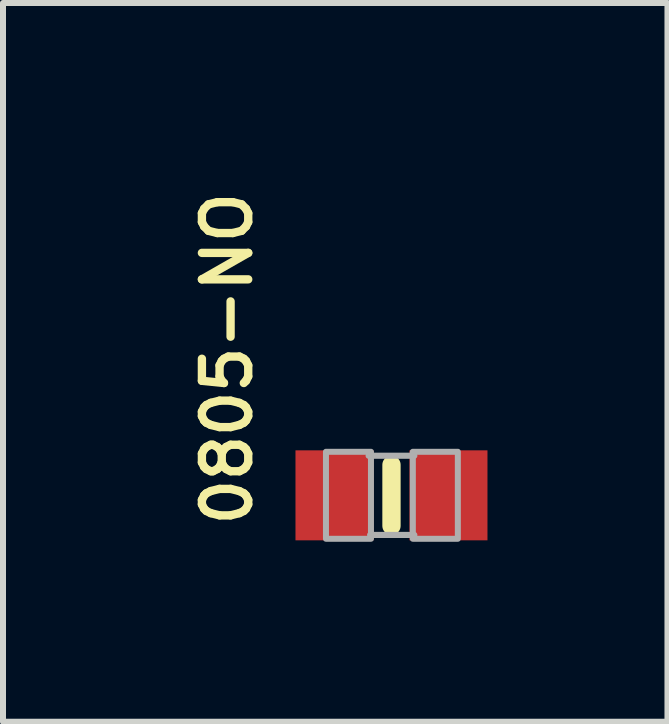
<source format=kicad_pcb>
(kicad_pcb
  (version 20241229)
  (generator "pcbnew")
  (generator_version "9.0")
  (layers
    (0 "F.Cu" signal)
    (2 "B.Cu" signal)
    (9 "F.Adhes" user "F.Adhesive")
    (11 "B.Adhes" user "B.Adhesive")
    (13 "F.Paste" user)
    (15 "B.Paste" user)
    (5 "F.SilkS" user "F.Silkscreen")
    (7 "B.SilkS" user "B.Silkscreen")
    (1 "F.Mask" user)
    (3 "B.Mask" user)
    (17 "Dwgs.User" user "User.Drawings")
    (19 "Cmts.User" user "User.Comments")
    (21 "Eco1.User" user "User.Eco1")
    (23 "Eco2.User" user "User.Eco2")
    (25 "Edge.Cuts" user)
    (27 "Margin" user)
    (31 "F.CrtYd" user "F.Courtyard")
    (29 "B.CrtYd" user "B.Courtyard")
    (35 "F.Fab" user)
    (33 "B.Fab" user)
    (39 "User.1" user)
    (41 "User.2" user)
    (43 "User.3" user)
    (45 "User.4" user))
  (footprint "0805-NO"
    (layer "F.Cu")
    (at 3.475 5.206)
    (property "Reference" "0805-NO" (at -2.286 0.572 90) (layer "F.SilkS") (effects (font (size 0.772 0.772) (thickness 0.139)) (justify left bottom)))
    (attr through_hole)
    (fp_line (start 0 -0.508) (end 0 0.508) (stroke (width 0.305) (type solid)) (layer "F.SilkS"))
    (fp_line (start -0.381 -0.66) (end 0.381 -0.66) (stroke (width 0.102) (type solid)) (layer "F.Fab"))
    (fp_line (start -0.356 0.66) (end 0.381 0.66) (stroke (width 0.102) (type solid)) (layer "F.Fab"))
    (fp_poly (pts (xy -1.092 0.724) (xy -0.342 0.724) (xy -0.342 -0.726) (xy -1.092 -0.726)) (stroke (width 0.1) (type solid)) (fill no) (layer "F.Fab"))
    (fp_poly (pts (xy 0.356 0.724) (xy 1.106 0.724) (xy 1.106 -0.726) (xy 0.356 -0.726)) (stroke (width 0.1) (type solid)) (fill no) (layer "F.Fab"))
    (pad "1" smd rect (at -0.95 0) (size 1.3 1.5) (layers "F.Cu" "F.Mask" "F.Paste"))
    (pad "2" smd rect (at 0.95 0) (size 1.3 1.5) (layers "F.Cu" "F.Mask" "F.Paste")))
  (gr_rect
    (start -3 -3)
    (end 8.075 8.98)
    (stroke (width 0.1) (type default))
    (fill no)
    (layer "Edge.Cuts")))
</source>
